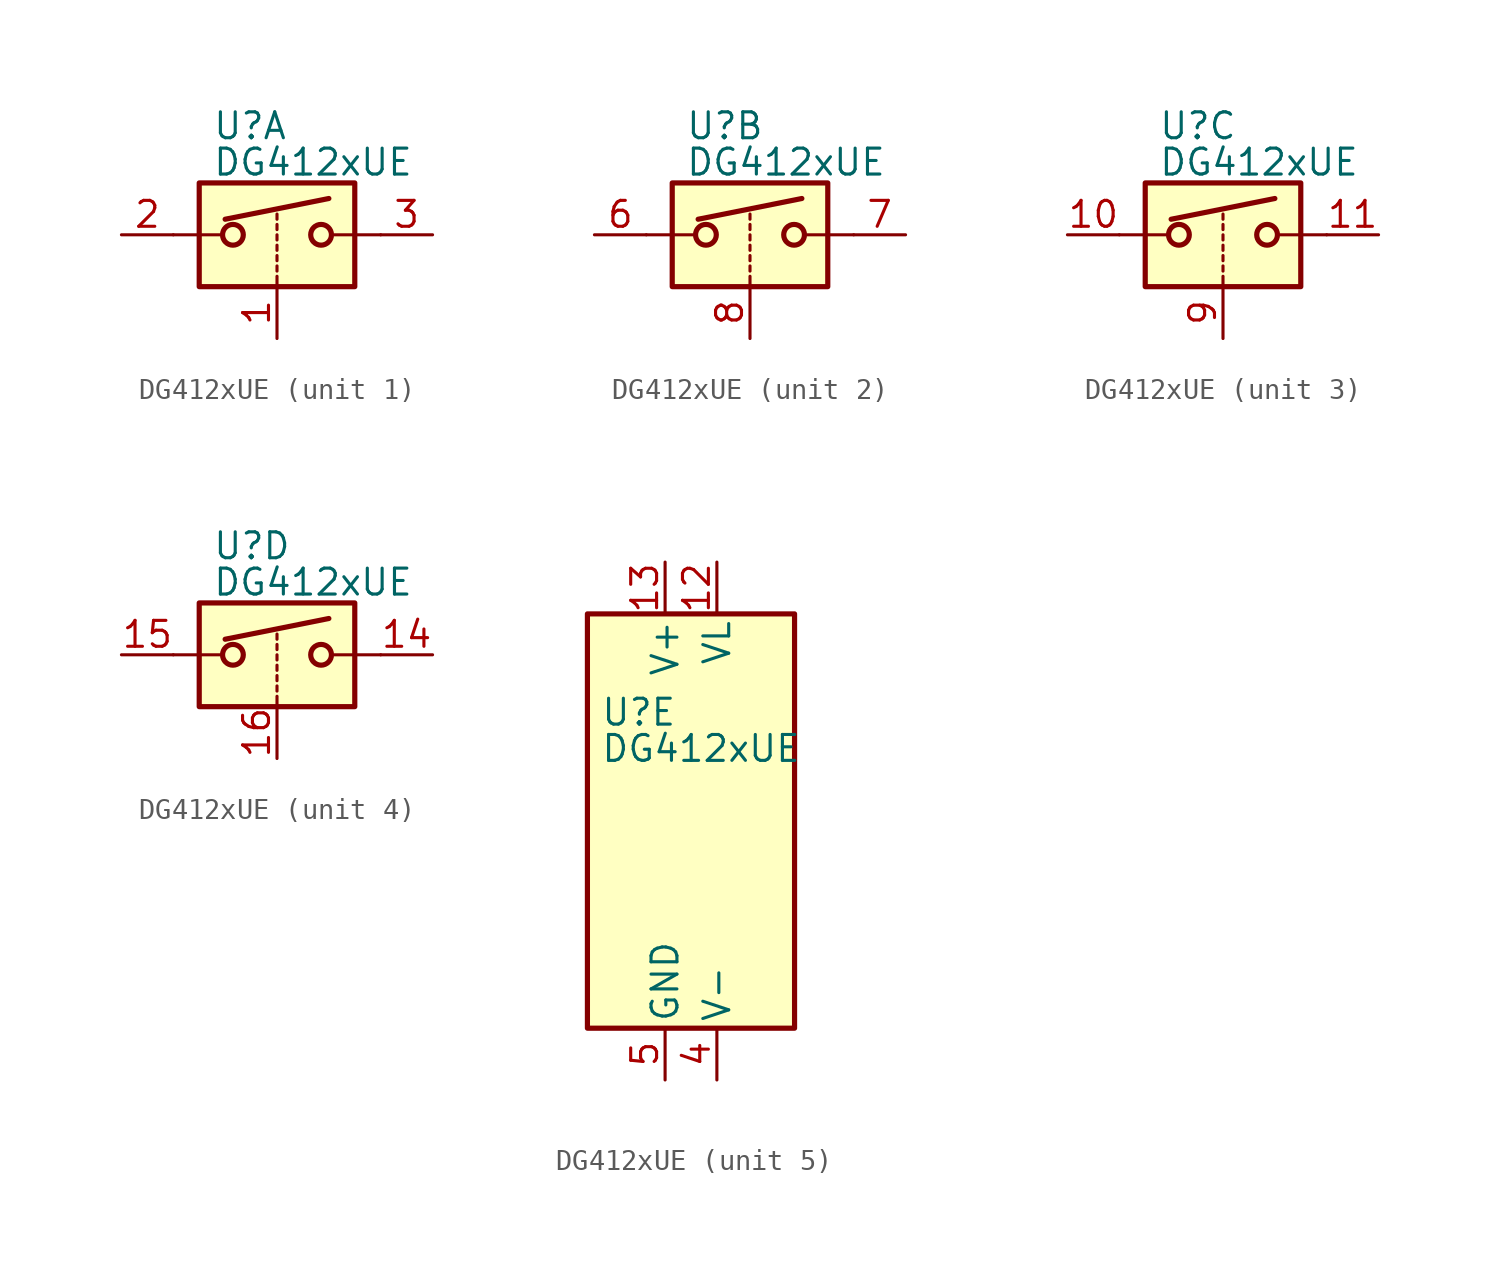
<source format=kicad_sym>
(kicad_symbol_lib
  (version 20211014)
  (generator kicad_symbol_editor)
  (symbol "DG412xUE"
    (pin_names
      (offset 0.254))
    (property "Reference" "U"
      (at -3.175 5.334 0)
      (effects (font (size 1.27 1.27)) (justify left)))
    (property "Value" "DG412xUE"
      (at -3.175 3.556 0)
      (effects (font (size 1.27 1.27)) (justify left)))
    (symbol "DG412xUE_1_1"
      (rectangle (start -3.81 2.54) (end 3.81 -2.54) (stroke (width 0.254) (type default) (color 0 0 0 0)) (fill (type background)))
      (circle (center -2.159 0) (radius 0.508) (stroke (width 0.254) (type default) (color 0 0 0 0)) (fill (type none)))
      (polyline (pts (xy -5.08 0) (xy -2.794 0)) (stroke (width 0) (type default) (color 0 0 0 0)) (fill (type none)))
      (polyline (pts (xy -2.54 0.762) (xy 2.54 1.778)) (stroke (width 0.254) (type default) (color 0 0 0 0)) (fill (type none)))
      (polyline (pts (xy 0 -2.54) (xy 0 -2.032)) (stroke (width 0) (type default) (color 0 0 0 0)) (fill (type none)))
      (polyline (pts (xy 0 -1.778) (xy 0 -1.524)) (stroke (width 0) (type default) (color 0 0 0 0)) (fill (type none)))
      (polyline (pts (xy 0 -1.27) (xy 0 -1.016)) (stroke (width 0) (type default) (color 0 0 0 0)) (fill (type none)))
      (polyline (pts (xy 0 -0.762) (xy 0 -0.508)) (stroke (width 0) (type default) (color 0 0 0 0)) (fill (type none)))
      (polyline (pts (xy 0 -0.254) (xy 0 0)) (stroke (width 0) (type default) (color 0 0 0 0)) (fill (type none)))
      (polyline (pts (xy 0 0.254) (xy 0 0.508)) (stroke (width 0) (type default) (color 0 0 0 0)) (fill (type none)))
      (polyline (pts (xy 0 0.762) (xy 0 1.016)) (stroke (width 0) (type default) (color 0 0 0 0)) (fill (type none)))
      (polyline (pts (xy 5.08 0) (xy 2.794 0)) (stroke (width 0) (type default) (color 0 0 0 0)) (fill (type none)))
      (circle (center 2.159 0) (radius 0.508) (stroke (width 0.254) (type default) (color 0 0 0 0)) (fill (type none)))
      (pin input line (at 0 -5.08 90) (length 2.54) (name "~" (effects (font (size 1.27 1.27)))) (number "1" (effects (font (size 1.27 1.27)))))
      (pin passive line (at -7.62 0 0) (length 2.54) (name "~" (effects (font (size 1.27 1.27)))) (number "2" (effects (font (size 1.27 1.27)))))
      (pin passive line (at 7.62 0 180) (length 2.54) (name "~" (effects (font (size 1.27 1.27)))) (number "3" (effects (font (size 1.27 1.27))))))
    (symbol "DG412xUE_2_1"
      (rectangle (start -3.81 2.54) (end 3.81 -2.54) (stroke (width 0.254) (type default) (color 0 0 0 0)) (fill (type background)))
      (circle (center -2.159 0) (radius 0.508) (stroke (width 0.254) (type default) (color 0 0 0 0)) (fill (type none)))
      (polyline (pts (xy -5.08 0) (xy -2.794 0)) (stroke (width 0) (type default) (color 0 0 0 0)) (fill (type none)))
      (polyline (pts (xy -2.54 0.762) (xy 2.54 1.778)) (stroke (width 0.254) (type default) (color 0 0 0 0)) (fill (type none)))
      (polyline (pts (xy 0 -2.54) (xy 0 -2.032)) (stroke (width 0) (type default) (color 0 0 0 0)) (fill (type none)))
      (polyline (pts (xy 0 -1.778) (xy 0 -1.524)) (stroke (width 0) (type default) (color 0 0 0 0)) (fill (type none)))
      (polyline (pts (xy 0 -1.27) (xy 0 -1.016)) (stroke (width 0) (type default) (color 0 0 0 0)) (fill (type none)))
      (polyline (pts (xy 0 -0.762) (xy 0 -0.508)) (stroke (width 0) (type default) (color 0 0 0 0)) (fill (type none)))
      (polyline (pts (xy 0 -0.254) (xy 0 0)) (stroke (width 0) (type default) (color 0 0 0 0)) (fill (type none)))
      (polyline (pts (xy 0 0.254) (xy 0 0.508)) (stroke (width 0) (type default) (color 0 0 0 0)) (fill (type none)))
      (polyline (pts (xy 0 0.762) (xy 0 1.016)) (stroke (width 0) (type default) (color 0 0 0 0)) (fill (type none)))
      (polyline (pts (xy 5.08 0) (xy 2.794 0)) (stroke (width 0) (type default) (color 0 0 0 0)) (fill (type none)))
      (circle (center 2.159 0) (radius 0.508) (stroke (width 0.254) (type default) (color 0 0 0 0)) (fill (type none)))
      (pin passive line (at -7.62 0 0) (length 2.54) (name "~" (effects (font (size 1.27 1.27)))) (number "6" (effects (font (size 1.27 1.27)))))
      (pin passive line (at 7.62 0 180) (length 2.54) (name "~" (effects (font (size 1.27 1.27)))) (number "7" (effects (font (size 1.27 1.27)))))
      (pin input line (at 0 -5.08 90) (length 2.54) (name "~" (effects (font (size 1.27 1.27)))) (number "8" (effects (font (size 1.27 1.27))))))
    (symbol "DG412xUE_3_1"
      (rectangle (start -3.81 2.54) (end 3.81 -2.54) (stroke (width 0.254) (type default) (color 0 0 0 0)) (fill (type background)))
      (circle (center -2.159 0) (radius 0.508) (stroke (width 0.254) (type default) (color 0 0 0 0)) (fill (type none)))
      (polyline (pts (xy -5.08 0) (xy -2.794 0)) (stroke (width 0) (type default) (color 0 0 0 0)) (fill (type none)))
      (polyline (pts (xy -2.54 0.762) (xy 2.54 1.778)) (stroke (width 0.254) (type default) (color 0 0 0 0)) (fill (type none)))
      (polyline (pts (xy 0 -2.54) (xy 0 -2.032)) (stroke (width 0) (type default) (color 0 0 0 0)) (fill (type none)))
      (polyline (pts (xy 0 -1.778) (xy 0 -1.524)) (stroke (width 0) (type default) (color 0 0 0 0)) (fill (type none)))
      (polyline (pts (xy 0 -1.27) (xy 0 -1.016)) (stroke (width 0) (type default) (color 0 0 0 0)) (fill (type none)))
      (polyline (pts (xy 0 -0.762) (xy 0 -0.508)) (stroke (width 0) (type default) (color 0 0 0 0)) (fill (type none)))
      (polyline (pts (xy 0 -0.254) (xy 0 0)) (stroke (width 0) (type default) (color 0 0 0 0)) (fill (type none)))
      (polyline (pts (xy 0 0.254) (xy 0 0.508)) (stroke (width 0) (type default) (color 0 0 0 0)) (fill (type none)))
      (polyline (pts (xy 0 0.762) (xy 0 1.016)) (stroke (width 0) (type default) (color 0 0 0 0)) (fill (type none)))
      (polyline (pts (xy 5.08 0) (xy 2.794 0)) (stroke (width 0) (type default) (color 0 0 0 0)) (fill (type none)))
      (circle (center 2.159 0) (radius 0.508) (stroke (width 0.254) (type default) (color 0 0 0 0)) (fill (type none)))
      (pin passive line (at -7.62 0 0) (length 2.54) (name "~" (effects (font (size 1.27 1.27)))) (number "10" (effects (font (size 1.27 1.27)))))
      (pin passive line (at 7.62 0 180) (length 2.54) (name "~" (effects (font (size 1.27 1.27)))) (number "11" (effects (font (size 1.27 1.27)))))
      (pin input line (at 0 -5.08 90) (length 2.54) (name "~" (effects (font (size 1.27 1.27)))) (number "9" (effects (font (size 1.27 1.27))))))
    (symbol "DG412xUE_4_1"
      (rectangle (start -3.81 2.54) (end 3.81 -2.54) (stroke (width 0.254) (type default) (color 0 0 0 0)) (fill (type background)))
      (circle (center -2.159 0) (radius 0.508) (stroke (width 0.254) (type default) (color 0 0 0 0)) (fill (type none)))
      (polyline (pts (xy -5.08 0) (xy -2.794 0)) (stroke (width 0) (type default) (color 0 0 0 0)) (fill (type none)))
      (polyline (pts (xy -2.54 0.762) (xy 2.54 1.778)) (stroke (width 0.254) (type default) (color 0 0 0 0)) (fill (type none)))
      (polyline (pts (xy 0 -2.54) (xy 0 -2.032)) (stroke (width 0) (type default) (color 0 0 0 0)) (fill (type none)))
      (polyline (pts (xy 0 -1.778) (xy 0 -1.524)) (stroke (width 0) (type default) (color 0 0 0 0)) (fill (type none)))
      (polyline (pts (xy 0 -1.27) (xy 0 -1.016)) (stroke (width 0) (type default) (color 0 0 0 0)) (fill (type none)))
      (polyline (pts (xy 0 -0.762) (xy 0 -0.508)) (stroke (width 0) (type default) (color 0 0 0 0)) (fill (type none)))
      (polyline (pts (xy 0 -0.254) (xy 0 0)) (stroke (width 0) (type default) (color 0 0 0 0)) (fill (type none)))
      (polyline (pts (xy 0 0.254) (xy 0 0.508)) (stroke (width 0) (type default) (color 0 0 0 0)) (fill (type none)))
      (polyline (pts (xy 0 0.762) (xy 0 1.016)) (stroke (width 0) (type default) (color 0 0 0 0)) (fill (type none)))
      (polyline (pts (xy 5.08 0) (xy 2.794 0)) (stroke (width 0) (type default) (color 0 0 0 0)) (fill (type none)))
      (circle (center 2.159 0) (radius 0.508) (stroke (width 0.254) (type default) (color 0 0 0 0)) (fill (type none)))
      (pin passive line (at 7.62 0 180) (length 2.54) (name "~" (effects (font (size 1.27 1.27)))) (number "14" (effects (font (size 1.27 1.27)))))
      (pin passive line (at -7.62 0 0) (length 2.54) (name "~" (effects (font (size 1.27 1.27)))) (number "15" (effects (font (size 1.27 1.27)))))
      (pin input line (at 0 -5.08 90) (length 2.54) (name "~" (effects (font (size 1.27 1.27)))) (number "16" (effects (font (size 1.27 1.27))))))
    (symbol "DG412xUE_5_0"
      (pin power_in line (at 2.54 12.7 270) (length 2.54) (name "VL" (effects (font (size 1.27 1.27)))) (number "12" (effects (font (size 1.27 1.27)))))
      (pin power_in line (at 0 12.7 270) (length 2.54) (name "V+" (effects (font (size 1.27 1.27)))) (number "13" (effects (font (size 1.27 1.27)))))
      (pin power_in line (at 2.54 -12.7 90) (length 2.54) (name "V-" (effects (font (size 1.27 1.27)))) (number "4" (effects (font (size 1.27 1.27)))))
      (pin power_in line (at 0 -12.7 90) (length 2.54) (name "GND" (effects (font (size 1.27 1.27)))) (number "5" (effects (font (size 1.27 1.27))))))
    (symbol "DG412xUE_5_1"
      (rectangle (start -3.81 10.16) (end 6.35 -10.16) (stroke (width 0.254) (type default) (color 0 0 0 0)) (fill (type background))))))
</source>
